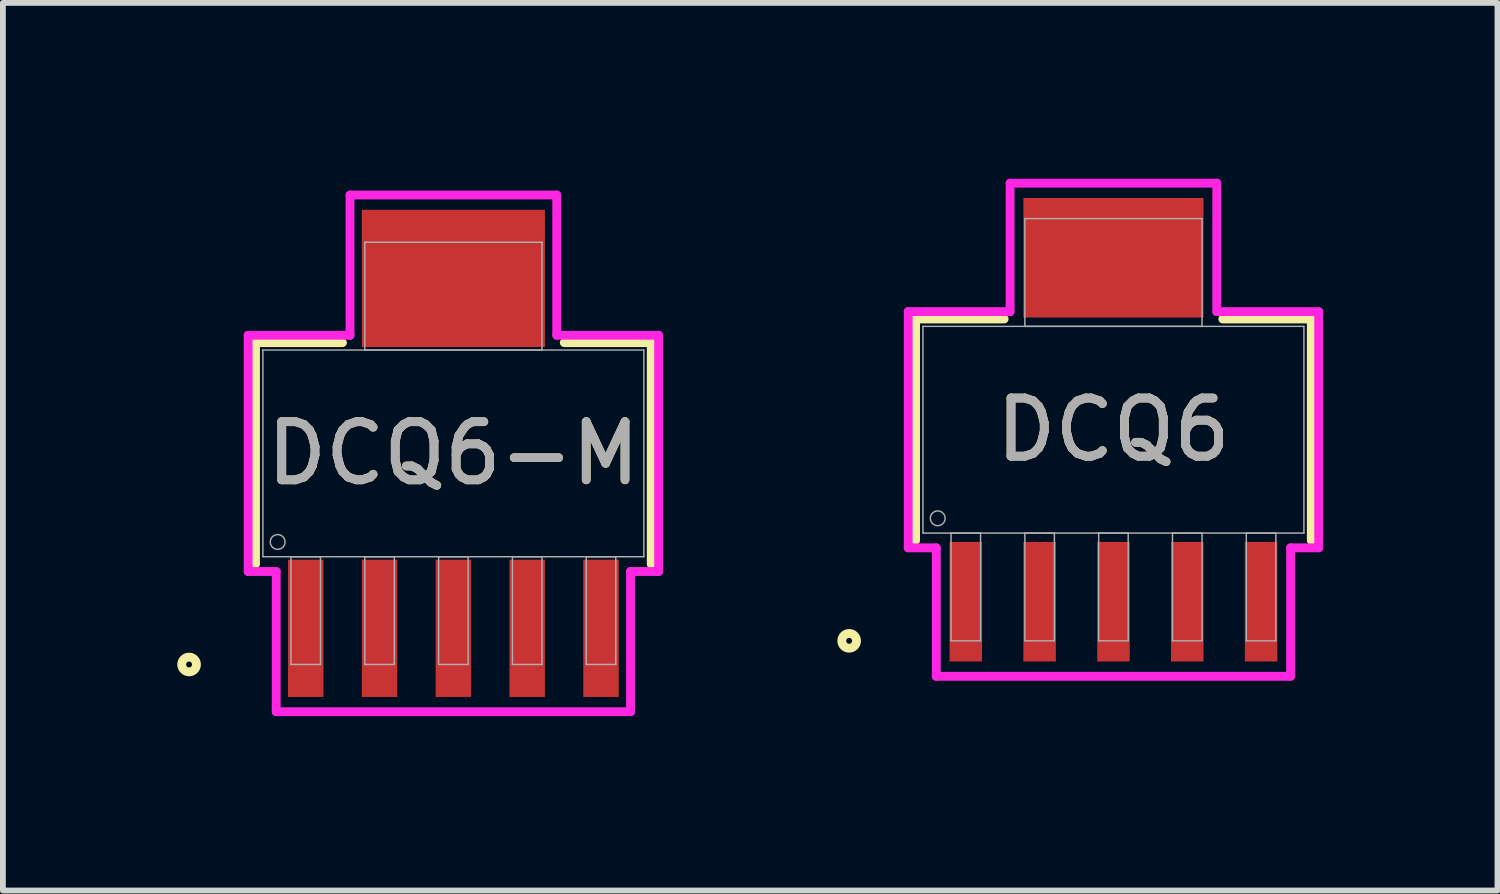
<source format=kicad_pcb>
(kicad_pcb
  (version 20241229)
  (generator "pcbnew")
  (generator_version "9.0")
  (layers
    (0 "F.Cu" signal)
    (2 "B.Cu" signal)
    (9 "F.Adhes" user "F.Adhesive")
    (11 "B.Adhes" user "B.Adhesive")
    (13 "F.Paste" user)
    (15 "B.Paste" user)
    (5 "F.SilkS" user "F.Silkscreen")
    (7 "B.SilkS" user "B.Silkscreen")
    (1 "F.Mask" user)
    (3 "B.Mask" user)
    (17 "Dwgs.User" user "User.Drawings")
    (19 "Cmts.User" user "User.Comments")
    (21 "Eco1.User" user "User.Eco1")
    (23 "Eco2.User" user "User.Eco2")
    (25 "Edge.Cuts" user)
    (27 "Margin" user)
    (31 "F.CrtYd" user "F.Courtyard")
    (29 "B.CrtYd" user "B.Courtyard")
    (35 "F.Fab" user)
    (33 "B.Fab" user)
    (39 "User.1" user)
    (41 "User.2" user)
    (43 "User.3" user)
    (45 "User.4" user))
  (footprint "DCQ6"
    (layer "F.Cu")
    (at 16.106 4.343)
    (property "Reference" "DCQ6" (at 0 0 0) (unlocked yes) (layer "F.SilkS") (effects (font (size 1 1) (thickness 0.15))))
    (attr smd)
    (fp_poly (pts (xy 1.575 -4.343) (xy -1.575 -4.343) (xy -1.575 -1.575) (xy 1.575 -1.575)) (stroke (width 0) (type solid)) (fill yes) (layer "F.Mask"))
    (fp_line (start -3.404 -1.905) (end -3.404 1.905) (stroke (width 0.152) (type solid)) (layer "F.SilkS"))
    (fp_line (start -1.881 -1.905) (end -3.404 -1.905) (stroke (width 0.152) (type solid)) (layer "F.SilkS"))
    (fp_line (start 3.404 -1.905) (end 1.881 -1.905) (stroke (width 0.152) (type solid)) (layer "F.SilkS"))
    (fp_line (start 3.404 1.905) (end 3.404 -1.905) (stroke (width 0.152) (type solid)) (layer "F.SilkS"))
    (fp_circle (center -4.547 3.632) (end -4.42 3.632) (stroke (width 0.152) (type solid)) (fill no) (layer "F.SilkS"))
    (fp_poly (pts (xy 1.549 -3.988) (xy -1.549 -3.988) (xy -1.549 -1.93) (xy 1.549 -1.93)) (stroke (width 0) (type solid)) (fill yes) (layer "F.Paste"))
    (fp_line (start -3.531 -2.032) (end -1.778 -2.032) (stroke (width 0.152) (type solid)) (layer "F.CrtYd"))
    (fp_line (start -3.531 2.032) (end -3.531 -2.032) (stroke (width 0.152) (type solid)) (layer "F.CrtYd"))
    (fp_line (start -3.048 2.032) (end -3.531 2.032) (stroke (width 0.152) (type solid)) (layer "F.CrtYd"))
    (fp_line (start -3.048 4.242) (end -3.048 2.032) (stroke (width 0.152) (type solid)) (layer "F.CrtYd"))
    (fp_line (start -1.778 -4.242) (end 1.778 -4.242) (stroke (width 0.152) (type solid)) (layer "F.CrtYd"))
    (fp_line (start -1.778 -2.032) (end -1.778 -4.242) (stroke (width 0.152) (type solid)) (layer "F.CrtYd"))
    (fp_line (start 1.778 -4.242) (end 1.778 -2.032) (stroke (width 0.152) (type solid)) (layer "F.CrtYd"))
    (fp_line (start 1.778 -2.032) (end 3.531 -2.032) (stroke (width 0.152) (type solid)) (layer "F.CrtYd"))
    (fp_line (start 3.048 2.032) (end 3.048 4.242) (stroke (width 0.152) (type solid)) (layer "F.CrtYd"))
    (fp_line (start 3.048 4.242) (end -3.048 4.242) (stroke (width 0.152) (type solid)) (layer "F.CrtYd"))
    (fp_line (start 3.531 -2.032) (end 3.531 2.032) (stroke (width 0.152) (type solid)) (layer "F.CrtYd"))
    (fp_line (start 3.531 2.032) (end 3.048 2.032) (stroke (width 0.152) (type solid)) (layer "F.CrtYd"))
    (fp_line (start -3.277 -1.778) (end -3.277 1.778) (stroke (width 0.025) (type solid)) (layer "F.Fab"))
    (fp_line (start -3.277 1.778) (end 3.277 1.778) (stroke (width 0.025) (type solid)) (layer "F.Fab"))
    (fp_line (start -2.794 1.778) (end -2.794 3.632) (stroke (width 0.025) (type solid)) (layer "F.Fab"))
    (fp_line (start -2.794 3.632) (end -2.286 3.632) (stroke (width 0.025) (type solid)) (layer "F.Fab"))
    (fp_line (start -2.286 1.778) (end -2.794 1.778) (stroke (width 0.025) (type solid)) (layer "F.Fab"))
    (fp_line (start -2.286 3.632) (end -2.286 1.778) (stroke (width 0.025) (type solid)) (layer "F.Fab"))
    (fp_line (start -1.524 -3.632) (end -1.524 -1.778) (stroke (width 0.025) (type solid)) (layer "F.Fab"))
    (fp_line (start -1.524 -1.778) (end 1.524 -1.778) (stroke (width 0.025) (type solid)) (layer "F.Fab"))
    (fp_line (start -1.524 1.778) (end -1.524 3.632) (stroke (width 0.025) (type solid)) (layer "F.Fab"))
    (fp_line (start -1.524 3.632) (end -1.016 3.632) (stroke (width 0.025) (type solid)) (layer "F.Fab"))
    (fp_line (start -1.016 1.778) (end -1.524 1.778) (stroke (width 0.025) (type solid)) (layer "F.Fab"))
    (fp_line (start -1.016 3.632) (end -1.016 1.778) (stroke (width 0.025) (type solid)) (layer "F.Fab"))
    (fp_line (start -0.254 1.778) (end -0.254 3.632) (stroke (width 0.025) (type solid)) (layer "F.Fab"))
    (fp_line (start -0.254 3.632) (end 0.254 3.632) (stroke (width 0.025) (type solid)) (layer "F.Fab"))
    (fp_line (start 0.254 1.778) (end -0.254 1.778) (stroke (width 0.025) (type solid)) (layer "F.Fab"))
    (fp_line (start 0.254 3.632) (end 0.254 1.778) (stroke (width 0.025) (type solid)) (layer "F.Fab"))
    (fp_line (start 1.016 1.778) (end 1.016 3.632) (stroke (width 0.025) (type solid)) (layer "F.Fab"))
    (fp_line (start 1.016 3.632) (end 1.524 3.632) (stroke (width 0.025) (type solid)) (layer "F.Fab"))
    (fp_line (start 1.524 -3.632) (end -1.524 -3.632) (stroke (width 0.025) (type solid)) (layer "F.Fab"))
    (fp_line (start 1.524 -1.778) (end 1.524 -3.632) (stroke (width 0.025) (type solid)) (layer "F.Fab"))
    (fp_line (start 1.524 1.778) (end 1.016 1.778) (stroke (width 0.025) (type solid)) (layer "F.Fab"))
    (fp_line (start 1.524 3.632) (end 1.524 1.778) (stroke (width 0.025) (type solid)) (layer "F.Fab"))
    (fp_line (start 2.286 1.778) (end 2.286 3.632) (stroke (width 0.025) (type solid)) (layer "F.Fab"))
    (fp_line (start 2.286 3.632) (end 2.794 3.632) (stroke (width 0.025) (type solid)) (layer "F.Fab"))
    (fp_line (start 2.794 1.778) (end 2.286 1.778) (stroke (width 0.025) (type solid)) (layer "F.Fab"))
    (fp_line (start 2.794 3.632) (end 2.794 1.778) (stroke (width 0.025) (type solid)) (layer "F.Fab"))
    (fp_line (start 3.277 -1.778) (end -3.277 -1.778) (stroke (width 0.025) (type solid)) (layer "F.Fab"))
    (fp_line (start 3.277 1.778) (end 3.277 -1.778) (stroke (width 0.025) (type solid)) (layer "F.Fab"))
    (fp_circle (center -3.023 1.524) (end -2.896 1.524) (stroke (width 0.025) (type solid)) (fill no) (layer "F.Fab"))
    (fp_text user "${REFERENCE}" (at 0 0 0) (unlocked yes) (layer "F.Fab") (effects (font (size 1 1) (thickness 0.15))))
    (pad "1" smd rect (at -2.54 2.959) (size 0.559 2.057) (layers "F.Cu" "F.Mask" "F.Paste"))
    (pad "2" smd rect (at -1.27 2.959) (size 0.559 2.057) (layers "F.Cu" "F.Mask" "F.Paste"))
    (pad "3" smd rect (at 0 -2.959) (size 3.099 2.057) (layers "F.Cu" "F.Mask" "F.Paste"))
    (pad "3" smd rect (at 0 2.959) (size 0.559 2.057) (layers "F.Cu" "F.Mask" "F.Paste"))
    (pad "4" smd rect (at 1.27 2.959) (size 0.559 2.057) (layers "F.Cu" "F.Mask" "F.Paste"))
    (pad "5" smd rect (at 2.54 2.959) (size 0.559 2.057) (layers "F.Cu" "F.Mask" "F.Paste")))
  (footprint "DCQ6-M"
    (layer "F.Cu")
    (at 4.75 4.75)
    (property "Reference" "DCQ6-M" (at 0 0 0) (unlocked yes) (layer "F.SilkS") (effects (font (size 1 1) (thickness 0.15))))
    (attr smd)
    (fp_poly (pts (xy 1.575 -4.191) (xy -1.575 -4.191) (xy -1.575 -1.829) (xy 1.575 -1.829)) (stroke (width 0) (type solid)) (fill yes) (layer "F.Cu"))
    (fp_poly (pts (xy 1.626 -4.75) (xy -1.626 -4.75) (xy -1.626 -1.372) (xy 1.626 -1.372)) (stroke (width 0) (type solid)) (fill yes) (layer "F.Mask"))
    (fp_line (start -3.404 -1.905) (end -3.404 1.905) (stroke (width 0.152) (type solid)) (layer "F.SilkS"))
    (fp_line (start -1.908 -1.905) (end -3.404 -1.905) (stroke (width 0.152) (type solid)) (layer "F.SilkS"))
    (fp_line (start 3.404 -1.905) (end 1.908 -1.905) (stroke (width 0.152) (type solid)) (layer "F.SilkS"))
    (fp_line (start 3.404 1.905) (end 3.404 -1.905) (stroke (width 0.152) (type solid)) (layer "F.SilkS"))
    (fp_circle (center -4.547 3.632) (end -4.42 3.632) (stroke (width 0.152) (type solid)) (fill no) (layer "F.SilkS"))
    (fp_poly (pts (xy 1.575 -4.191) (xy -1.575 -4.191) (xy -1.575 -1.829) (xy 1.575 -1.829)) (stroke (width 0) (type solid)) (fill yes) (layer "F.Paste"))
    (fp_line (start -3.531 -2.032) (end -1.778 -2.032) (stroke (width 0.152) (type solid)) (layer "F.CrtYd"))
    (fp_line (start -3.531 2.032) (end -3.531 -2.032) (stroke (width 0.152) (type solid)) (layer "F.CrtYd"))
    (fp_line (start -3.048 2.032) (end -3.531 2.032) (stroke (width 0.152) (type solid)) (layer "F.CrtYd"))
    (fp_line (start -3.048 4.445) (end -3.048 2.032) (stroke (width 0.152) (type solid)) (layer "F.CrtYd"))
    (fp_line (start -1.778 -4.445) (end 1.778 -4.445) (stroke (width 0.152) (type solid)) (layer "F.CrtYd"))
    (fp_line (start -1.778 -2.032) (end -1.778 -4.445) (stroke (width 0.152) (type solid)) (layer "F.CrtYd"))
    (fp_line (start 1.778 -4.445) (end 1.778 -2.032) (stroke (width 0.152) (type solid)) (layer "F.CrtYd"))
    (fp_line (start 1.778 -2.032) (end 3.531 -2.032) (stroke (width 0.152) (type solid)) (layer "F.CrtYd"))
    (fp_line (start 3.048 2.032) (end 3.048 4.445) (stroke (width 0.152) (type solid)) (layer "F.CrtYd"))
    (fp_line (start 3.048 4.445) (end -3.048 4.445) (stroke (width 0.152) (type solid)) (layer "F.CrtYd"))
    (fp_line (start 3.531 -2.032) (end 3.531 2.032) (stroke (width 0.152) (type solid)) (layer "F.CrtYd"))
    (fp_line (start 3.531 2.032) (end 3.048 2.032) (stroke (width 0.152) (type solid)) (layer "F.CrtYd"))
    (fp_line (start -3.277 -1.778) (end -3.277 1.778) (stroke (width 0.025) (type solid)) (layer "F.Fab"))
    (fp_line (start -3.277 1.778) (end 3.277 1.778) (stroke (width 0.025) (type solid)) (layer "F.Fab"))
    (fp_line (start -2.794 1.778) (end -2.794 3.632) (stroke (width 0.025) (type solid)) (layer "F.Fab"))
    (fp_line (start -2.794 3.632) (end -2.286 3.632) (stroke (width 0.025) (type solid)) (layer "F.Fab"))
    (fp_line (start -2.286 1.778) (end -2.794 1.778) (stroke (width 0.025) (type solid)) (layer "F.Fab"))
    (fp_line (start -2.286 3.632) (end -2.286 1.778) (stroke (width 0.025) (type solid)) (layer "F.Fab"))
    (fp_line (start -1.524 -3.632) (end -1.524 -1.778) (stroke (width 0.025) (type solid)) (layer "F.Fab"))
    (fp_line (start -1.524 -1.778) (end 1.524 -1.778) (stroke (width 0.025) (type solid)) (layer "F.Fab"))
    (fp_line (start -1.524 1.778) (end -1.524 3.632) (stroke (width 0.025) (type solid)) (layer "F.Fab"))
    (fp_line (start -1.524 3.632) (end -1.016 3.632) (stroke (width 0.025) (type solid)) (layer "F.Fab"))
    (fp_line (start -1.016 1.778) (end -1.524 1.778) (stroke (width 0.025) (type solid)) (layer "F.Fab"))
    (fp_line (start -1.016 3.632) (end -1.016 1.778) (stroke (width 0.025) (type solid)) (layer "F.Fab"))
    (fp_line (start -0.254 1.778) (end -0.254 3.632) (stroke (width 0.025) (type solid)) (layer "F.Fab"))
    (fp_line (start -0.254 3.632) (end 0.254 3.632) (stroke (width 0.025) (type solid)) (layer "F.Fab"))
    (fp_line (start 0.254 1.778) (end -0.254 1.778) (stroke (width 0.025) (type solid)) (layer "F.Fab"))
    (fp_line (start 0.254 3.632) (end 0.254 1.778) (stroke (width 0.025) (type solid)) (layer "F.Fab"))
    (fp_line (start 1.016 1.778) (end 1.016 3.632) (stroke (width 0.025) (type solid)) (layer "F.Fab"))
    (fp_line (start 1.016 3.632) (end 1.524 3.632) (stroke (width 0.025) (type solid)) (layer "F.Fab"))
    (fp_line (start 1.524 -3.632) (end -1.524 -3.632) (stroke (width 0.025) (type solid)) (layer "F.Fab"))
    (fp_line (start 1.524 -1.778) (end 1.524 -3.632) (stroke (width 0.025) (type solid)) (layer "F.Fab"))
    (fp_line (start 1.524 1.778) (end 1.016 1.778) (stroke (width 0.025) (type solid)) (layer "F.Fab"))
    (fp_line (start 1.524 3.632) (end 1.524 1.778) (stroke (width 0.025) (type solid)) (layer "F.Fab"))
    (fp_line (start 2.286 1.778) (end 2.286 3.632) (stroke (width 0.025) (type solid)) (layer "F.Fab"))
    (fp_line (start 2.286 3.632) (end 2.794 3.632) (stroke (width 0.025) (type solid)) (layer "F.Fab"))
    (fp_line (start 2.794 1.778) (end 2.286 1.778) (stroke (width 0.025) (type solid)) (layer "F.Fab"))
    (fp_line (start 2.794 3.632) (end 2.794 1.778) (stroke (width 0.025) (type solid)) (layer "F.Fab"))
    (fp_line (start 3.277 -1.778) (end -3.277 -1.778) (stroke (width 0.025) (type solid)) (layer "F.Fab"))
    (fp_line (start 3.277 1.778) (end 3.277 -1.778) (stroke (width 0.025) (type solid)) (layer "F.Fab"))
    (fp_circle (center -3.023 1.524) (end -2.896 1.524) (stroke (width 0.025) (type solid)) (fill no) (layer "F.Fab"))
    (fp_text user "${REFERENCE}" (at 0 0 0) (unlocked yes) (layer "F.Fab") (effects (font (size 1 1) (thickness 0.15))))
    (pad "1" smd rect (at -2.54 3.01) (size 0.61 2.362) (layers "F.Cu" "F.Mask" "F.Paste"))
    (pad "2" smd rect (at -1.27 3.01) (size 0.61 2.362) (layers "F.Cu" "F.Mask" "F.Paste"))
    (pad "3" smd rect (at 0 3.01) (size 0.61 2.362) (layers "F.Cu" "F.Mask" "F.Paste"))
    (pad "4" smd rect (at 1.27 3.01) (size 0.61 2.362) (layers "F.Cu" "F.Mask" "F.Paste"))
    (pad "5" smd rect (at 2.54 3.01) (size 0.61 2.362) (layers "F.Cu" "F.Mask" "F.Paste")))
  (gr_rect
    (start -3 -3)
    (end 22.713 12.271)
    (stroke (width 0.1) (type default))
    (fill no)
    (layer "Edge.Cuts")))
</source>
